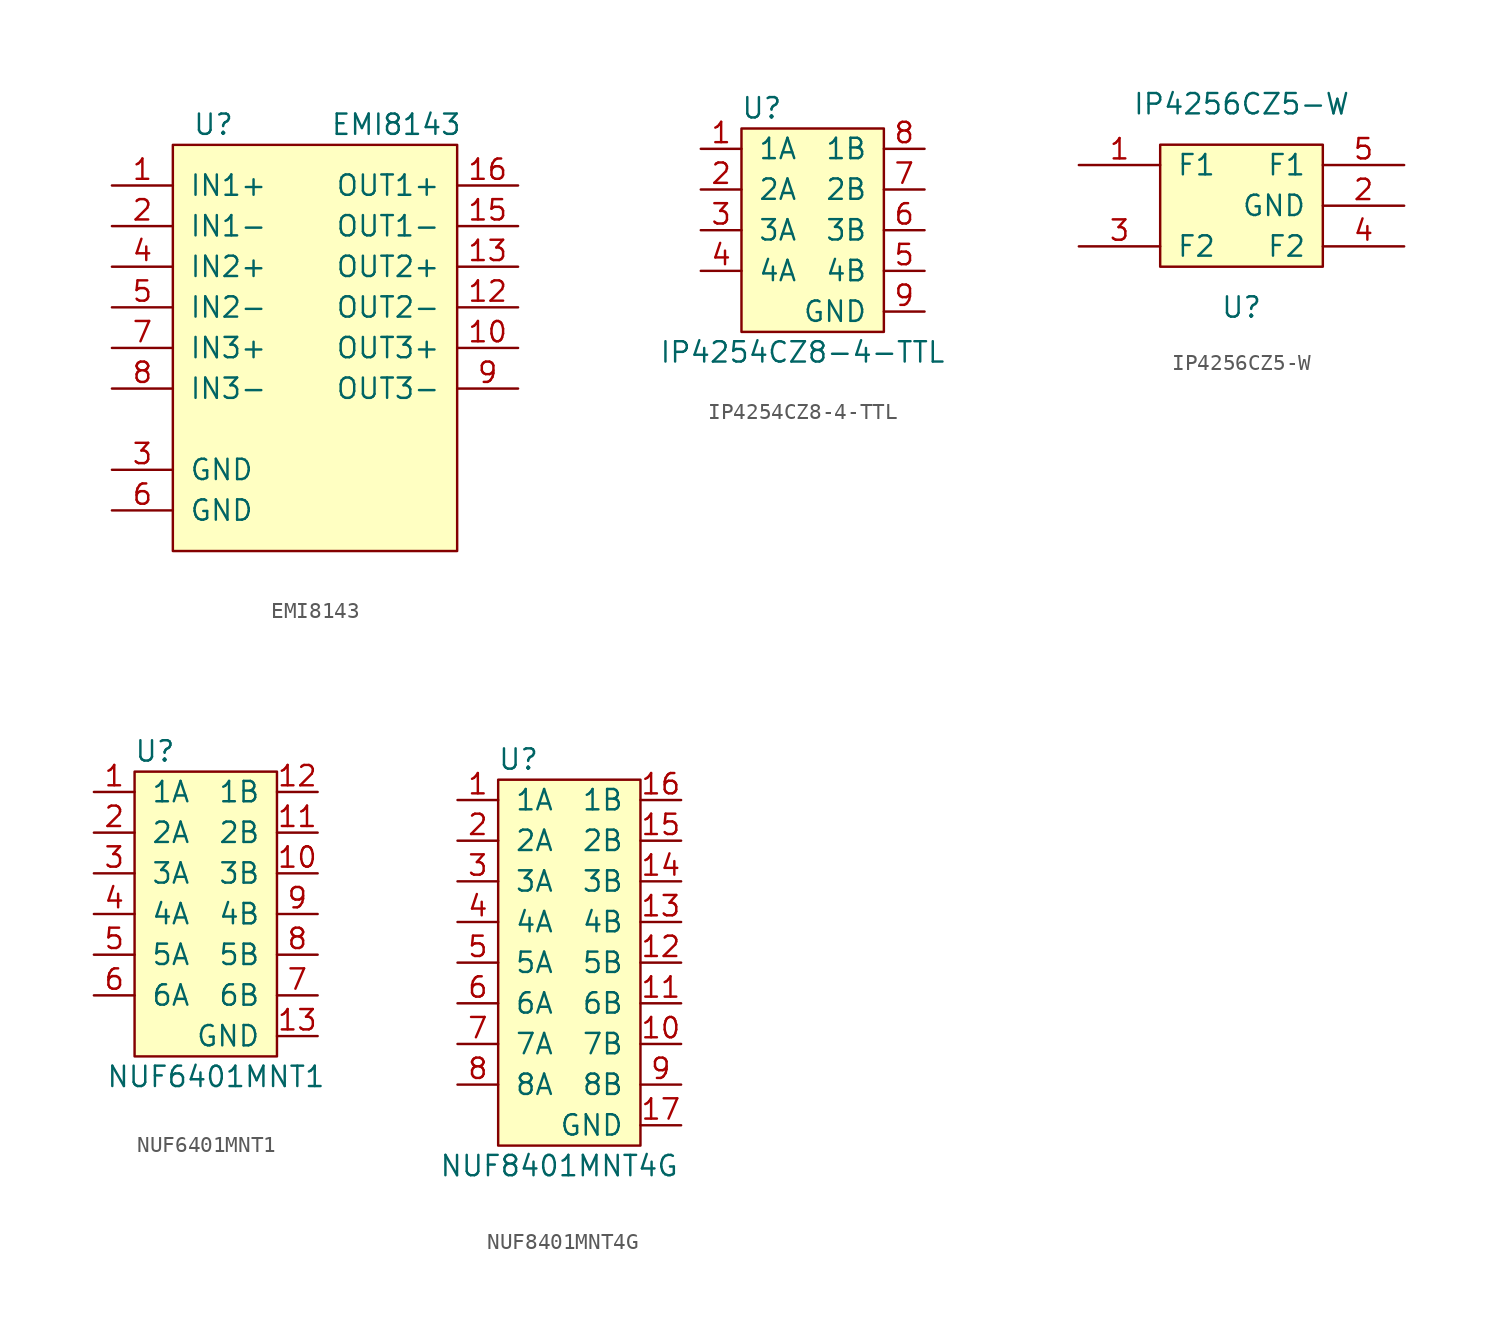
<source format=kicad_sym>
(kicad_symbol_lib
  (version 20211014)
  (generator kicad_symbol_editor)
  (symbol "EMI8143"
    (pin_names
      (offset 1.016))
    (property "Reference" "U"
      (at 2.54 1.27 0)
      (effects (font (size 1.27 1.27))))
    (property "Value" "EMI8143"
      (at 13.97 1.27 0)
      (effects (font (size 1.27 1.27))))
    (symbol "EMI8143_0_1"
      (rectangle (start 0 0) (end 17.78 -25.4) (stroke (width 0) (type default) (color 0 0 0 0)) (fill (type background))))
    (symbol "EMI8143_1_1"
      (pin passive line (at -3.81 -2.54 0) (length 3.81) (name "IN1+" (effects (font (size 1.27 1.27)))) (number "1" (effects (font (size 1.27 1.27)))))
      (pin passive line (at 21.59 -12.7 180) (length 3.81) (name "OUT3+" (effects (font (size 1.27 1.27)))) (number "10" (effects (font (size 1.27 1.27)))))
      (pin passive line (at 21.59 -10.16 180) (length 3.81) (name "OUT2-" (effects (font (size 1.27 1.27)))) (number "12" (effects (font (size 1.27 1.27)))))
      (pin passive line (at 21.59 -7.62 180) (length 3.81) (name "OUT2+" (effects (font (size 1.27 1.27)))) (number "13" (effects (font (size 1.27 1.27)))))
      (pin passive line (at 21.59 -5.08 180) (length 3.81) (name "OUT1-" (effects (font (size 1.27 1.27)))) (number "15" (effects (font (size 1.27 1.27)))))
      (pin passive line (at 21.59 -2.54 180) (length 3.81) (name "OUT1+" (effects (font (size 1.27 1.27)))) (number "16" (effects (font (size 1.27 1.27)))))
      (pin passive line (at -3.81 -5.08 0) (length 3.81) (name "IN1-" (effects (font (size 1.27 1.27)))) (number "2" (effects (font (size 1.27 1.27)))))
      (pin passive line (at -3.81 -20.32 0) (length 3.81) (name "GND" (effects (font (size 1.27 1.27)))) (number "3" (effects (font (size 1.27 1.27)))))
      (pin passive line (at -3.81 -7.62 0) (length 3.81) (name "IN2+" (effects (font (size 1.27 1.27)))) (number "4" (effects (font (size 1.27 1.27)))))
      (pin passive line (at -3.81 -10.16 0) (length 3.81) (name "IN2-" (effects (font (size 1.27 1.27)))) (number "5" (effects (font (size 1.27 1.27)))))
      (pin passive line (at -3.81 -22.86 0) (length 3.81) (name "GND" (effects (font (size 1.27 1.27)))) (number "6" (effects (font (size 1.27 1.27)))))
      (pin passive line (at -3.81 -12.7 0) (length 3.81) (name "IN3+" (effects (font (size 1.27 1.27)))) (number "7" (effects (font (size 1.27 1.27)))))
      (pin passive line (at -3.81 -15.24 0) (length 3.81) (name "IN3-" (effects (font (size 1.27 1.27)))) (number "8" (effects (font (size 1.27 1.27)))))
      (pin passive line (at 21.59 -15.24 180) (length 3.81) (name "OUT3-" (effects (font (size 1.27 1.27)))) (number "9" (effects (font (size 1.27 1.27)))))))
  (symbol "IP4254CZ8-4-TTL"
    (pin_names
      (offset 1.016))
    (property "Reference" "U"
      (at 1.27 1.27 0)
      (effects (font (size 1.27 1.27))))
    (property "Value" "IP4254CZ8-4-TTL"
      (at 3.81 -13.97 0)
      (effects (font (size 1.27 1.27))))
    (symbol "IP4254CZ8-4-TTL_0_1"
      (rectangle (start 0 0) (end 8.89 -12.7) (stroke (width 0) (type default) (color 0 0 0 0)) (fill (type background))))
    (symbol "IP4254CZ8-4-TTL_1_1"
      (pin bidirectional line (at -2.54 -1.27 0) (length 2.54) (name "1A" (effects (font (size 1.27 1.27)))) (number "1" (effects (font (size 1.27 1.27)))))
      (pin bidirectional line (at -2.54 -3.81 0) (length 2.54) (name "2A" (effects (font (size 1.27 1.27)))) (number "2" (effects (font (size 1.27 1.27)))))
      (pin bidirectional line (at -2.54 -6.35 0) (length 2.54) (name "3A" (effects (font (size 1.27 1.27)))) (number "3" (effects (font (size 1.27 1.27)))))
      (pin bidirectional line (at -2.54 -8.89 0) (length 2.54) (name "4A" (effects (font (size 1.27 1.27)))) (number "4" (effects (font (size 1.27 1.27)))))
      (pin bidirectional line (at 11.43 -8.89 180) (length 2.54) (name "4B" (effects (font (size 1.27 1.27)))) (number "5" (effects (font (size 1.27 1.27)))))
      (pin bidirectional line (at 11.43 -6.35 180) (length 2.54) (name "3B" (effects (font (size 1.27 1.27)))) (number "6" (effects (font (size 1.27 1.27)))))
      (pin bidirectional line (at 11.43 -3.81 180) (length 2.54) (name "2B" (effects (font (size 1.27 1.27)))) (number "7" (effects (font (size 1.27 1.27)))))
      (pin bidirectional line (at 11.43 -1.27 180) (length 2.54) (name "1B" (effects (font (size 1.27 1.27)))) (number "8" (effects (font (size 1.27 1.27)))))
      (pin power_in line (at 11.43 -11.43 180) (length 2.54) (name "GND" (effects (font (size 1.27 1.27)))) (number "9" (effects (font (size 1.27 1.27)))))))
  (symbol "IP4256CZ5-W"
    (pin_names
      (offset 1.016))
    (property "Reference" "U"
      (at 0 -6.35 0)
      (effects (font (size 1.27 1.27))))
    (property "Value" "IP4256CZ5-W"
      (at 0 6.35 0)
      (effects (font (size 1.27 1.27))))
    (symbol "IP4256CZ5-W_0_1"
      (rectangle (start -5.08 3.81) (end 5.08 -3.81) (stroke (width 0) (type default) (color 0 0 0 0)) (fill (type background))))
    (symbol "IP4256CZ5-W_1_1"
      (pin bidirectional line (at -10.16 2.54 0) (length 5.08) (name "F1" (effects (font (size 1.27 1.27)))) (number "1" (effects (font (size 1.27 1.27)))))
      (pin power_in line (at 10.16 0 180) (length 5.08) (name "GND" (effects (font (size 1.27 1.27)))) (number "2" (effects (font (size 1.27 1.27)))))
      (pin bidirectional line (at -10.16 -2.54 0) (length 5.08) (name "F2" (effects (font (size 1.27 1.27)))) (number "3" (effects (font (size 1.27 1.27)))))
      (pin bidirectional line (at 10.16 -2.54 180) (length 5.08) (name "F2" (effects (font (size 1.27 1.27)))) (number "4" (effects (font (size 1.27 1.27)))))
      (pin bidirectional line (at 10.16 2.54 180) (length 5.08) (name "F1" (effects (font (size 1.27 1.27)))) (number "5" (effects (font (size 1.27 1.27)))))))
  (symbol "NUF6401MNT1"
    (pin_names
      (offset 1.016))
    (property "Reference" "U"
      (at 1.27 1.27 0)
      (effects (font (size 1.27 1.27))))
    (property "Value" "NUF6401MNT1"
      (at 5.08 -19.05 0)
      (effects (font (size 1.27 1.27))))
    (symbol "NUF6401MNT1_0_1"
      (rectangle (start 0 0) (end 8.89 -17.78) (stroke (width 0) (type default) (color 0 0 0 0)) (fill (type background))))
    (symbol "NUF6401MNT1_1_1"
      (pin bidirectional line (at -2.54 -1.27 0) (length 2.54) (name "1A" (effects (font (size 1.27 1.27)))) (number "1" (effects (font (size 1.27 1.27)))))
      (pin bidirectional line (at 11.43 -6.35 180) (length 2.54) (name "3B" (effects (font (size 1.27 1.27)))) (number "10" (effects (font (size 1.27 1.27)))))
      (pin bidirectional line (at 11.43 -3.81 180) (length 2.54) (name "2B" (effects (font (size 1.27 1.27)))) (number "11" (effects (font (size 1.27 1.27)))))
      (pin bidirectional line (at 11.43 -1.27 180) (length 2.54) (name "1B" (effects (font (size 1.27 1.27)))) (number "12" (effects (font (size 1.27 1.27)))))
      (pin power_in line (at 11.43 -16.51 180) (length 2.54) (name "GND" (effects (font (size 1.27 1.27)))) (number "13" (effects (font (size 1.27 1.27)))))
      (pin bidirectional line (at -2.54 -3.81 0) (length 2.54) (name "2A" (effects (font (size 1.27 1.27)))) (number "2" (effects (font (size 1.27 1.27)))))
      (pin bidirectional line (at -2.54 -6.35 0) (length 2.54) (name "3A" (effects (font (size 1.27 1.27)))) (number "3" (effects (font (size 1.27 1.27)))))
      (pin bidirectional line (at -2.54 -8.89 0) (length 2.54) (name "4A" (effects (font (size 1.27 1.27)))) (number "4" (effects (font (size 1.27 1.27)))))
      (pin bidirectional line (at -2.54 -11.43 0) (length 2.54) (name "5A" (effects (font (size 1.27 1.27)))) (number "5" (effects (font (size 1.27 1.27)))))
      (pin bidirectional line (at -2.54 -13.97 0) (length 2.54) (name "6A" (effects (font (size 1.27 1.27)))) (number "6" (effects (font (size 1.27 1.27)))))
      (pin bidirectional line (at 11.43 -13.97 180) (length 2.54) (name "6B" (effects (font (size 1.27 1.27)))) (number "7" (effects (font (size 1.27 1.27)))))
      (pin bidirectional line (at 11.43 -11.43 180) (length 2.54) (name "5B" (effects (font (size 1.27 1.27)))) (number "8" (effects (font (size 1.27 1.27)))))
      (pin bidirectional line (at 11.43 -8.89 180) (length 2.54) (name "4B" (effects (font (size 1.27 1.27)))) (number "9" (effects (font (size 1.27 1.27)))))))
  (symbol "NUF8401MNT4G"
    (pin_names
      (offset 1.016))
    (property "Reference" "U"
      (at 1.27 1.27 0)
      (effects (font (size 1.27 1.27))))
    (property "Value" "NUF8401MNT4G"
      (at 3.81 -24.13 0)
      (effects (font (size 1.27 1.27))))
    (symbol "NUF8401MNT4G_0_1"
      (rectangle (start 0 0) (end 8.89 -22.86) (stroke (width 0) (type default) (color 0 0 0 0)) (fill (type background))))
    (symbol "NUF8401MNT4G_1_1"
      (pin bidirectional line (at -2.54 -1.27 0) (length 2.54) (name "1A" (effects (font (size 1.27 1.27)))) (number "1" (effects (font (size 1.27 1.27)))))
      (pin bidirectional line (at 11.43 -16.51 180) (length 2.54) (name "7B" (effects (font (size 1.27 1.27)))) (number "10" (effects (font (size 1.27 1.27)))))
      (pin bidirectional line (at 11.43 -13.97 180) (length 2.54) (name "6B" (effects (font (size 1.27 1.27)))) (number "11" (effects (font (size 1.27 1.27)))))
      (pin bidirectional line (at 11.43 -11.43 180) (length 2.54) (name "5B" (effects (font (size 1.27 1.27)))) (number "12" (effects (font (size 1.27 1.27)))))
      (pin bidirectional line (at 11.43 -8.89 180) (length 2.54) (name "4B" (effects (font (size 1.27 1.27)))) (number "13" (effects (font (size 1.27 1.27)))))
      (pin bidirectional line (at 11.43 -6.35 180) (length 2.54) (name "3B" (effects (font (size 1.27 1.27)))) (number "14" (effects (font (size 1.27 1.27)))))
      (pin bidirectional line (at 11.43 -3.81 180) (length 2.54) (name "2B" (effects (font (size 1.27 1.27)))) (number "15" (effects (font (size 1.27 1.27)))))
      (pin bidirectional line (at 11.43 -1.27 180) (length 2.54) (name "1B" (effects (font (size 1.27 1.27)))) (number "16" (effects (font (size 1.27 1.27)))))
      (pin power_in line (at 11.43 -21.59 180) (length 2.54) (name "GND" (effects (font (size 1.27 1.27)))) (number "17" (effects (font (size 1.27 1.27)))))
      (pin bidirectional line (at -2.54 -3.81 0) (length 2.54) (name "2A" (effects (font (size 1.27 1.27)))) (number "2" (effects (font (size 1.27 1.27)))))
      (pin bidirectional line (at -2.54 -6.35 0) (length 2.54) (name "3A" (effects (font (size 1.27 1.27)))) (number "3" (effects (font (size 1.27 1.27)))))
      (pin bidirectional line (at -2.54 -8.89 0) (length 2.54) (name "4A" (effects (font (size 1.27 1.27)))) (number "4" (effects (font (size 1.27 1.27)))))
      (pin bidirectional line (at -2.54 -11.43 0) (length 2.54) (name "5A" (effects (font (size 1.27 1.27)))) (number "5" (effects (font (size 1.27 1.27)))))
      (pin bidirectional line (at -2.54 -13.97 0) (length 2.54) (name "6A" (effects (font (size 1.27 1.27)))) (number "6" (effects (font (size 1.27 1.27)))))
      (pin bidirectional line (at -2.54 -16.51 0) (length 2.54) (name "7A" (effects (font (size 1.27 1.27)))) (number "7" (effects (font (size 1.27 1.27)))))
      (pin bidirectional line (at -2.54 -19.05 0) (length 2.54) (name "8A" (effects (font (size 1.27 1.27)))) (number "8" (effects (font (size 1.27 1.27)))))
      (pin bidirectional line (at 11.43 -19.05 180) (length 2.54) (name "8B" (effects (font (size 1.27 1.27)))) (number "9" (effects (font (size 1.27 1.27))))))))
</source>
